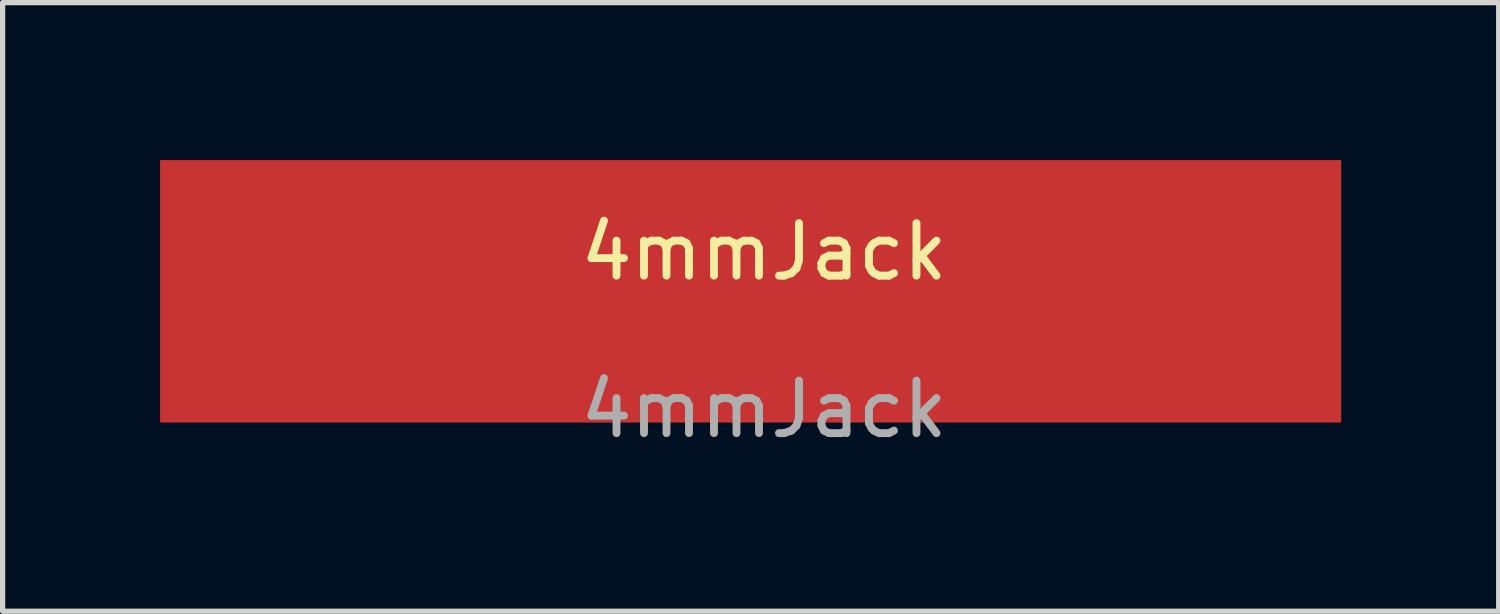
<source format=kicad_pcb>
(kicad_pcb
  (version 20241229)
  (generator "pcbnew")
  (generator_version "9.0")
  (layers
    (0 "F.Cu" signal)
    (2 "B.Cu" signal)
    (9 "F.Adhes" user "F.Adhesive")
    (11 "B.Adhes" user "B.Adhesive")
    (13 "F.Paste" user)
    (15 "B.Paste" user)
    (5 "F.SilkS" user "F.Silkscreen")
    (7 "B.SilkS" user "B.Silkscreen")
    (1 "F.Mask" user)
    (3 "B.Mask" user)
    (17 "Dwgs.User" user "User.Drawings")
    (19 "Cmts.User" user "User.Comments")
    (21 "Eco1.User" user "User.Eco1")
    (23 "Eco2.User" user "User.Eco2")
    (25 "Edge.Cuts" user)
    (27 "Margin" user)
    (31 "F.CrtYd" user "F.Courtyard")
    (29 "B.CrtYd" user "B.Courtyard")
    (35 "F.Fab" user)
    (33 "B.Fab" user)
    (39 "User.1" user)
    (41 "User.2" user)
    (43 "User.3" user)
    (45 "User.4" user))
  (footprint "4mmJack"
    (layer "F.Cu")
    (at 11.504 2.246)
    (property "Reference" "4mmJack" (at 0 -0.5 0) (unlocked yes) (layer "F.SilkS") (effects (font (size 1 1) (thickness 0.15))))
    (attr through_hole)
    (fp_text user "${REFERENCE}" (at 0 2.5 0) (unlocked yes) (layer "F.Fab") (effects (font (size 1 1) (thickness 0.15))))
    (pad "1" smd rect (at -0.254 0.254) (size 22.5 5) (layers "F.Cu" "F.Mask" "F.Paste")))
  (gr_rect
    (start -3 -3)
    (end 25.5 8.594)
    (stroke (width 0.1) (type default))
    (fill no)
    (layer "Edge.Cuts")))
</source>
